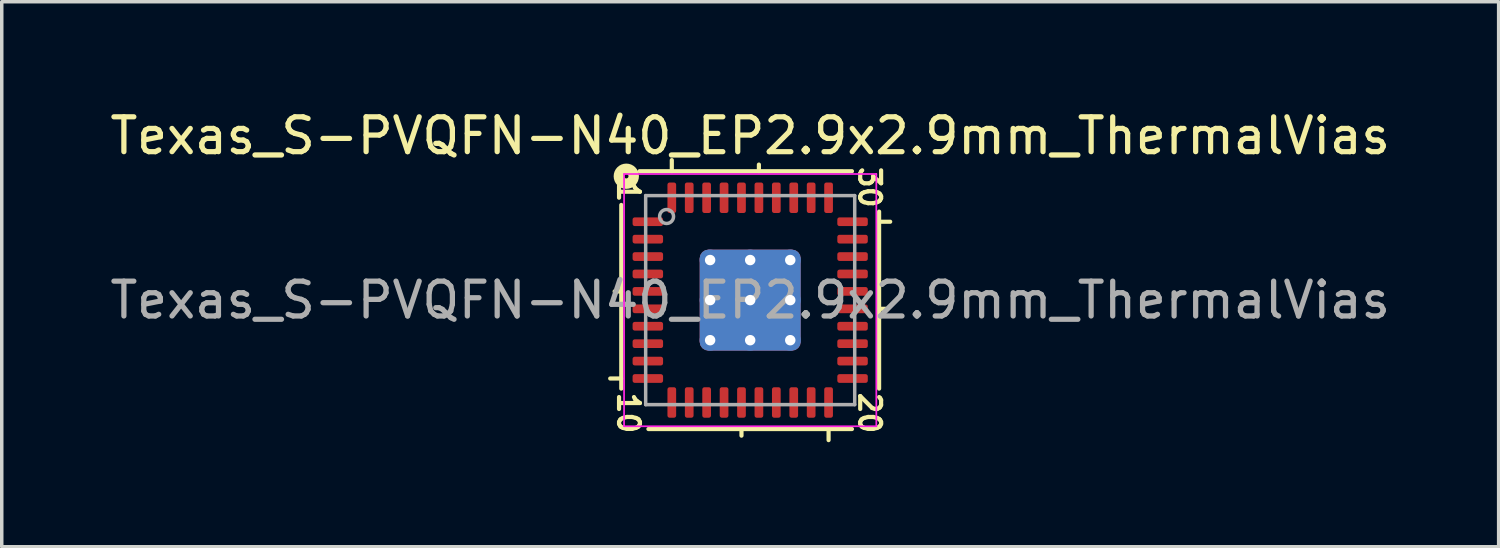
<source format=kicad_pcb>
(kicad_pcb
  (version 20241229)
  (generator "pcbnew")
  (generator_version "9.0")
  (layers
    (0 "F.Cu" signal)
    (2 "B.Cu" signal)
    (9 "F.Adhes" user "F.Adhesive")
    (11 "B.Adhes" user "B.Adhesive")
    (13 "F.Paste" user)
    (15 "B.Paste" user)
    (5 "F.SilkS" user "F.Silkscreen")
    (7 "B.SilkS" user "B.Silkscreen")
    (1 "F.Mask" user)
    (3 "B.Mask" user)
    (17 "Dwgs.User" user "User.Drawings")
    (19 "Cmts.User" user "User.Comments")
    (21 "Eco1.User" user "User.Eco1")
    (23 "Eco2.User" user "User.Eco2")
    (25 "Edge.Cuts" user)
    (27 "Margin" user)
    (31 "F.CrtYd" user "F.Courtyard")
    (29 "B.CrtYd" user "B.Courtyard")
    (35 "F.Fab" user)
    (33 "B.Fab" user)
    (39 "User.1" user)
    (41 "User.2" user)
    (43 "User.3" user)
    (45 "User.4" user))
  (footprint "Texas_S-PVQFN-N40_EP2.9x2.9mm_ThermalVias"
    (layer "F.Cu")
    (at 18.482 5.564)
    (property "Reference" "Texas_S-PVQFN-N40_EP2.9x2.9mm_ThermalVias" (at 0 -4.716 0) (layer "F.SilkS") (effects (font (size 1 1) (thickness 0.15))))
    (attr smd)
    (fp_line (start -3.7 -2.731) (end -3.7 2.54) (stroke (width 0.12) (type solid)) (layer "F.SilkS"))
    (fp_line (start -3.7 -0.25) (end -3.89 -0.25) (stroke (width 0.12) (type solid)) (layer "F.SilkS"))
    (fp_line (start -3.7 2.25) (end -4.018 2.25) (stroke (width 0.12) (type solid)) (layer "F.SilkS"))
    (fp_line (start -2.921 3.7) (end 2.921 3.7) (stroke (width 0.12) (type solid)) (layer "F.SilkS"))
    (fp_line (start -2.25 -3.7) (end -2.25 -4.018) (stroke (width 0.12) (type solid)) (layer "F.SilkS"))
    (fp_line (start -0.25 3.7) (end -0.25 3.89) (stroke (width 0.12) (type solid)) (layer "F.SilkS"))
    (fp_line (start 0.25 -3.7) (end 0.25 -3.89) (stroke (width 0.12) (type solid)) (layer "F.SilkS"))
    (fp_line (start 2.25 3.7) (end 2.25 4.018) (stroke (width 0.12) (type solid)) (layer "F.SilkS"))
    (fp_line (start 2.921 -3.7) (end -3.175 -3.7) (stroke (width 0.12) (type solid)) (layer "F.SilkS"))
    (fp_line (start 3.7 -2.25) (end 4.018 -2.25) (stroke (width 0.12) (type solid)) (layer "F.SilkS"))
    (fp_line (start 3.7 0.25) (end 3.89 0.25) (stroke (width 0.12) (type solid)) (layer "F.SilkS"))
    (fp_line (start 3.7 2.54) (end 3.7 -2.54) (stroke (width 0.12) (type solid)) (layer "F.SilkS"))
    (fp_circle (center -3.556 -3.556) (end -3.493 -3.556) (stroke (width 0.3) (type solid)) (fill no) (layer "F.SilkS"))
    (fp_line (start -3.62 -3.62) (end -3.62 3.62) (stroke (width 0.05) (type solid)) (layer "F.CrtYd"))
    (fp_line (start -3.62 3.62) (end 3.62 3.62) (stroke (width 0.05) (type solid)) (layer "F.CrtYd"))
    (fp_line (start 3.62 -3.62) (end -3.62 -3.62) (stroke (width 0.05) (type solid)) (layer "F.CrtYd"))
    (fp_line (start 3.62 3.62) (end 3.62 -3.62) (stroke (width 0.05) (type solid)) (layer "F.CrtYd"))
    (fp_line (start -3 -3) (end 3 -3) (stroke (width 0.1) (type solid)) (layer "F.Fab"))
    (fp_line (start -3 3) (end -3 -3) (stroke (width 0.1) (type solid)) (layer "F.Fab"))
    (fp_line (start 3 -3) (end 3 3) (stroke (width 0.1) (type solid)) (layer "F.Fab"))
    (fp_line (start 3 3) (end -3 3) (stroke (width 0.1) (type solid)) (layer "F.Fab"))
    (fp_circle (center -2.4 -2.4) (end -2.2 -2.4) (stroke (width 0.1) (type solid)) (fill no) (layer "F.Fab"))
    (fp_text user "10" (at -3.493 3.239 270) (unlocked yes) (layer "F.SilkS") (effects (font (size 0.6 0.6) (thickness 0.12))))
    (fp_text user "20" (at 3.429 3.239 270) (unlocked yes) (layer "F.SilkS") (effects (font (size 0.6 0.6) (thickness 0.12))))
    (fp_text user "30" (at 3.429 -3.239 270) (unlocked yes) (layer "F.SilkS") (effects (font (size 0.6 0.6) (thickness 0.12))))
    (fp_text user "1" (at -3.493 -3.111 270) (unlocked yes) (layer "F.SilkS") (effects (font (size 0.6 0.6) (thickness 0.12))))
    (fp_text user "${REFERENCE}" (at 0 0 0) (layer "F.Fab") (effects (font (size 1 1) (thickness 0.15))))
    (pad "" smd roundrect (at -0.675 -0.675) (size 1.15 1.15) (layers "F.Paste") (roundrect_rratio 0.217))
    (pad "" smd roundrect (at -0.675 0.675) (size 1.15 1.15) (layers "F.Paste") (roundrect_rratio 0.217))
    (pad "" smd roundrect (at 0.675 -0.675) (size 1.15 1.15) (layers "F.Paste") (roundrect_rratio 0.217))
    (pad "" smd roundrect (at 0.675 0.675) (size 1.15 1.15) (layers "F.Paste") (roundrect_rratio 0.217))
    (pad "1" smd roundrect (at -2.938 -2.25) (size 0.875 0.25) (layers "F.Cu" "F.Mask" "F.Paste") (roundrect_rratio 0.25))
    (pad "2" smd roundrect (at -2.938 -1.75) (size 0.875 0.25) (layers "F.Cu" "F.Mask" "F.Paste") (roundrect_rratio 0.25))
    (pad "3" smd roundrect (at -2.938 -1.25) (size 0.875 0.25) (layers "F.Cu" "F.Mask" "F.Paste") (roundrect_rratio 0.25))
    (pad "4" smd roundrect (at -2.938 -0.75) (size 0.875 0.25) (layers "F.Cu" "F.Mask" "F.Paste") (roundrect_rratio 0.25))
    (pad "5" smd roundrect (at -2.938 -0.25) (size 0.875 0.25) (layers "F.Cu" "F.Mask" "F.Paste") (roundrect_rratio 0.25))
    (pad "6" smd roundrect (at -2.938 0.25) (size 0.875 0.25) (layers "F.Cu" "F.Mask" "F.Paste") (roundrect_rratio 0.25))
    (pad "7" smd roundrect (at -2.938 0.75) (size 0.875 0.25) (layers "F.Cu" "F.Mask" "F.Paste") (roundrect_rratio 0.25))
    (pad "8" smd roundrect (at -2.938 1.25) (size 0.875 0.25) (layers "F.Cu" "F.Mask" "F.Paste") (roundrect_rratio 0.25))
    (pad "9" smd roundrect (at -2.938 1.75) (size 0.875 0.25) (layers "F.Cu" "F.Mask" "F.Paste") (roundrect_rratio 0.25))
    (pad "10" smd roundrect (at -2.938 2.25) (size 0.875 0.25) (layers "F.Cu" "F.Mask" "F.Paste") (roundrect_rratio 0.25))
    (pad "11" smd roundrect (at -2.25 2.938) (size 0.25 0.875) (layers "F.Cu" "F.Mask" "F.Paste") (roundrect_rratio 0.25))
    (pad "12" smd roundrect (at -1.75 2.938) (size 0.25 0.875) (layers "F.Cu" "F.Mask" "F.Paste") (roundrect_rratio 0.25))
    (pad "13" smd roundrect (at -1.25 2.938) (size 0.25 0.875) (layers "F.Cu" "F.Mask" "F.Paste") (roundrect_rratio 0.25))
    (pad "14" smd roundrect (at -0.75 2.938) (size 0.25 0.875) (layers "F.Cu" "F.Mask" "F.Paste") (roundrect_rratio 0.25))
    (pad "15" smd roundrect (at -0.25 2.938) (size 0.25 0.875) (layers "F.Cu" "F.Mask" "F.Paste") (roundrect_rratio 0.25))
    (pad "16" smd roundrect (at 0.25 2.938) (size 0.25 0.875) (layers "F.Cu" "F.Mask" "F.Paste") (roundrect_rratio 0.25))
    (pad "17" smd roundrect (at 0.75 2.938) (size 0.25 0.875) (layers "F.Cu" "F.Mask" "F.Paste") (roundrect_rratio 0.25))
    (pad "18" smd roundrect (at 1.25 2.938) (size 0.25 0.875) (layers "F.Cu" "F.Mask" "F.Paste") (roundrect_rratio 0.25))
    (pad "19" smd roundrect (at 1.75 2.938) (size 0.25 0.875) (layers "F.Cu" "F.Mask" "F.Paste") (roundrect_rratio 0.25))
    (pad "20" smd roundrect (at 2.25 2.938) (size 0.25 0.875) (layers "F.Cu" "F.Mask" "F.Paste") (roundrect_rratio 0.25))
    (pad "21" smd roundrect (at 2.938 2.25) (size 0.875 0.25) (layers "F.Cu" "F.Mask" "F.Paste") (roundrect_rratio 0.25))
    (pad "22" smd roundrect (at 2.938 1.75) (size 0.875 0.25) (layers "F.Cu" "F.Mask" "F.Paste") (roundrect_rratio 0.25))
    (pad "23" smd roundrect (at 2.938 1.25) (size 0.875 0.25) (layers "F.Cu" "F.Mask" "F.Paste") (roundrect_rratio 0.25))
    (pad "24" smd roundrect (at 2.938 0.75) (size 0.875 0.25) (layers "F.Cu" "F.Mask" "F.Paste") (roundrect_rratio 0.25))
    (pad "25" smd roundrect (at 2.938 0.25) (size 0.875 0.25) (layers "F.Cu" "F.Mask" "F.Paste") (roundrect_rratio 0.25))
    (pad "26" smd roundrect (at 2.938 -0.25) (size 0.875 0.25) (layers "F.Cu" "F.Mask" "F.Paste") (roundrect_rratio 0.25))
    (pad "27" smd roundrect (at 2.938 -0.75) (size 0.875 0.25) (layers "F.Cu" "F.Mask" "F.Paste") (roundrect_rratio 0.25))
    (pad "28" smd roundrect (at 2.938 -1.25) (size 0.875 0.25) (layers "F.Cu" "F.Mask" "F.Paste") (roundrect_rratio 0.25))
    (pad "29" smd roundrect (at 2.938 -1.75) (size 0.875 0.25) (layers "F.Cu" "F.Mask" "F.Paste") (roundrect_rratio 0.25))
    (pad "30" smd roundrect (at 2.938 -2.25) (size 0.875 0.25) (layers "F.Cu" "F.Mask" "F.Paste") (roundrect_rratio 0.25))
    (pad "31" smd roundrect (at 2.25 -2.938) (size 0.25 0.875) (layers "F.Cu" "F.Mask" "F.Paste") (roundrect_rratio 0.25))
    (pad "32" smd roundrect (at 1.75 -2.938) (size 0.25 0.875) (layers "F.Cu" "F.Mask" "F.Paste") (roundrect_rratio 0.25))
    (pad "33" smd roundrect (at 1.25 -2.938) (size 0.25 0.875) (layers "F.Cu" "F.Mask" "F.Paste") (roundrect_rratio 0.25))
    (pad "34" smd roundrect (at 0.75 -2.938) (size 0.25 0.875) (layers "F.Cu" "F.Mask" "F.Paste") (roundrect_rratio 0.25))
    (pad "35" smd roundrect (at 0.25 -2.938) (size 0.25 0.875) (layers "F.Cu" "F.Mask" "F.Paste") (roundrect_rratio 0.25))
    (pad "36" smd roundrect (at -0.25 -2.938) (size 0.25 0.875) (layers "F.Cu" "F.Mask" "F.Paste") (roundrect_rratio 0.25))
    (pad "37" smd roundrect (at -0.75 -2.938) (size 0.25 0.875) (layers "F.Cu" "F.Mask" "F.Paste") (roundrect_rratio 0.25))
    (pad "38" smd roundrect (at -1.25 -2.938) (size 0.25 0.875) (layers "F.Cu" "F.Mask" "F.Paste") (roundrect_rratio 0.25))
    (pad "39" smd roundrect (at -1.75 -2.938) (size 0.25 0.875) (layers "F.Cu" "F.Mask" "F.Paste") (roundrect_rratio 0.25))
    (pad "40" smd roundrect (at -2.25 -2.938) (size 0.25 0.875) (layers "F.Cu" "F.Mask" "F.Paste") (roundrect_rratio 0.25))
    (pad "41" thru_hole circle (at -1.15 -1.15) (size 0.6 0.6) (drill 0.3) (property pad_prop_heatsink) (layers "*.Cu"))
    (pad "41" thru_hole circle (at -1.15 0) (size 0.6 0.6) (drill 0.3) (property pad_prop_heatsink) (layers "*.Cu"))
    (pad "41" thru_hole circle (at -1.15 1.15) (size 0.6 0.6) (drill 0.3) (property pad_prop_heatsink) (layers "*.Cu"))
    (pad "41" thru_hole circle (at 0 -1.15) (size 0.6 0.6) (drill 0.3) (property pad_prop_heatsink) (layers "*.Cu"))
    (pad "41" thru_hole circle (at 0 0) (size 0.6 0.6) (drill 0.3) (property pad_prop_heatsink) (layers "*.Cu"))
    (pad "41" smd roundrect (at 0 0) (size 2.9 2.9) (layers "F.Cu" "F.Mask") (roundrect_rratio 0.086))
    (pad "41" smd roundrect (at 0 0) (size 2.9 2.9) (layers "B.Cu" "B.Mask") (roundrect_rratio 0.086))
    (pad "41" thru_hole circle (at 0 1.15) (size 0.6 0.6) (drill 0.3) (property pad_prop_heatsink) (layers "*.Cu"))
    (pad "41" thru_hole circle (at 1.15 -1.15) (size 0.6 0.6) (drill 0.3) (property pad_prop_heatsink) (layers "*.Cu"))
    (pad "41" thru_hole circle (at 1.15 0) (size 0.6 0.6) (drill 0.3) (property pad_prop_heatsink) (layers "*.Cu"))
    (pad "41" thru_hole circle (at 1.15 1.15) (size 0.6 0.6) (drill 0.3) (property pad_prop_heatsink) (layers "*.Cu")))
  (gr_rect
    (start -3 -3)
    (end 39.964 12.642)
    (stroke (width 0.1) (type default))
    (fill no)
    (layer "Edge.Cuts")))
</source>
